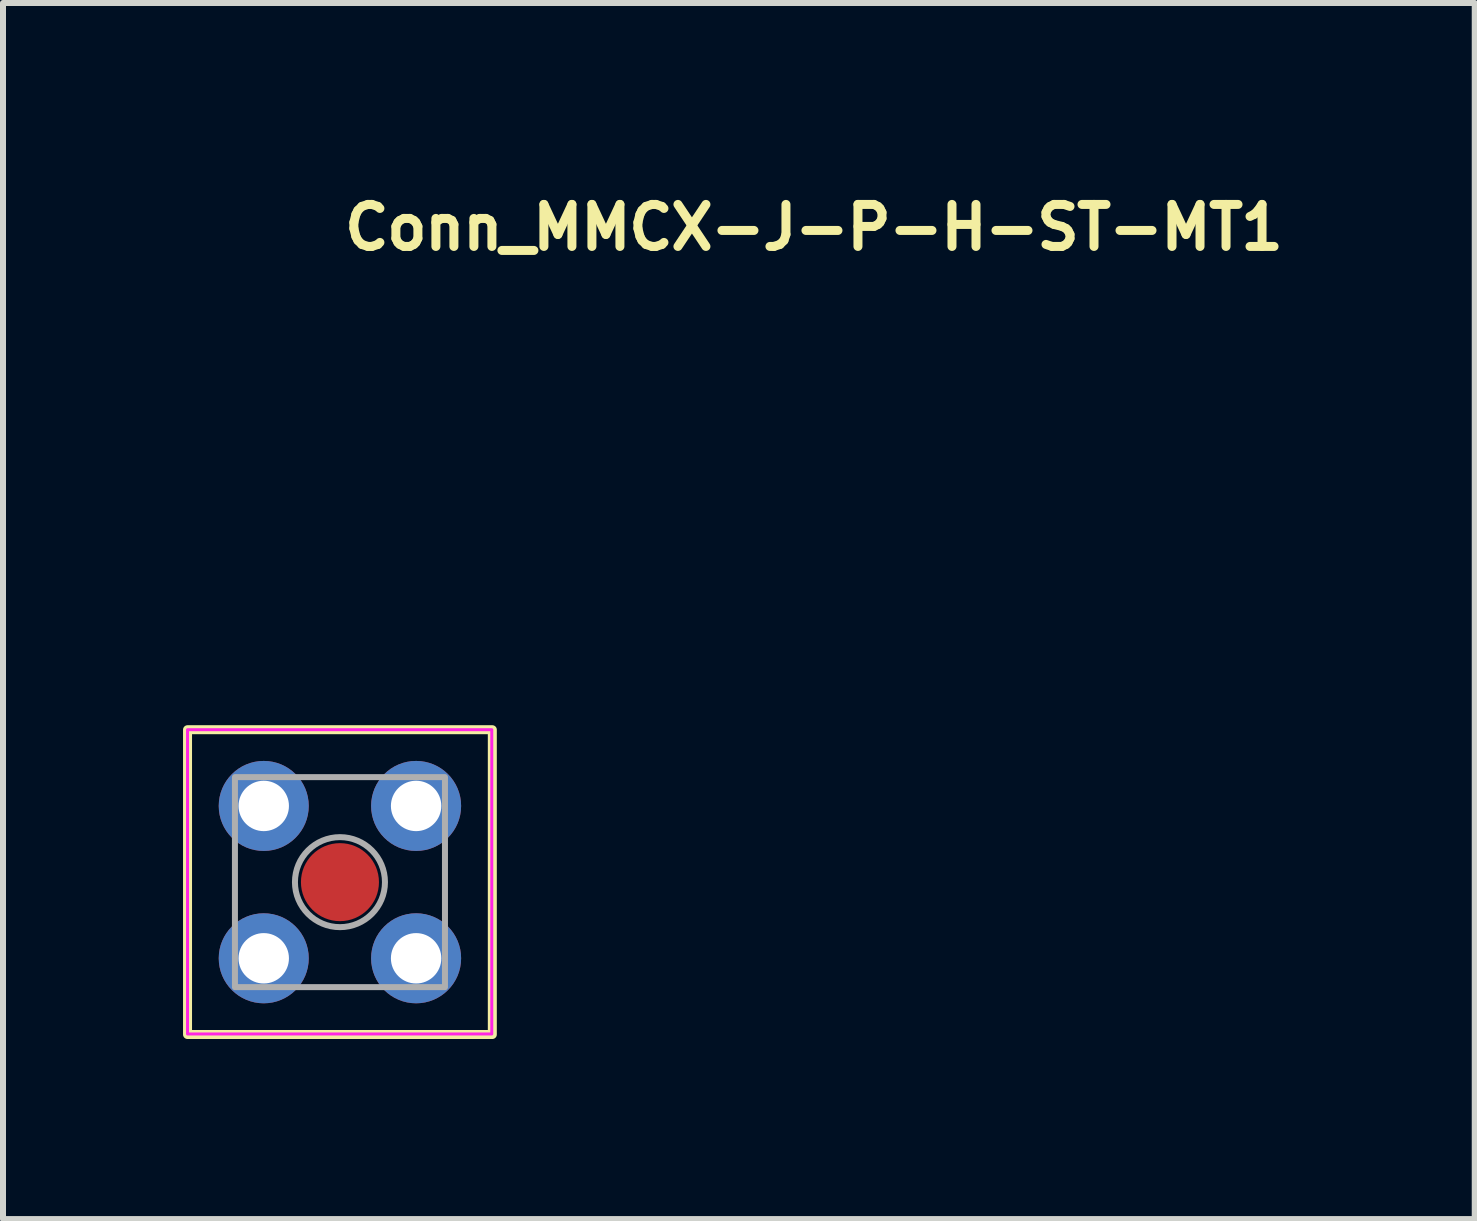
<source format=kicad_pcb>
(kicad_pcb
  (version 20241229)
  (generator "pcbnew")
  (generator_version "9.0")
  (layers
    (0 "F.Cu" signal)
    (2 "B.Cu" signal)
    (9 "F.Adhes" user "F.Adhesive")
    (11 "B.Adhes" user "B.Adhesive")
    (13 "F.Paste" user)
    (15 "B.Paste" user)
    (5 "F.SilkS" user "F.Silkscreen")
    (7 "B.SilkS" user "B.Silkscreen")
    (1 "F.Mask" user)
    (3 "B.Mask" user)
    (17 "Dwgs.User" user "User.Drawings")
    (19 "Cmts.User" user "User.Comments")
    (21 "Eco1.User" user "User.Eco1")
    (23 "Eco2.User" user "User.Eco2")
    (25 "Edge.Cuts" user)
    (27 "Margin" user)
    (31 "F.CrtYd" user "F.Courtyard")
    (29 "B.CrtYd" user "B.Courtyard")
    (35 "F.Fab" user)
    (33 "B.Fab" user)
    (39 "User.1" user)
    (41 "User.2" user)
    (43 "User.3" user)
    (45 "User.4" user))
  (footprint "Conn_MMCX-J-P-H-ST-MT1"
    (layer "F.Cu")
    (at 2.615 11.65)
    (property "Reference" "Conn_MMCX-J-P-H-ST-MT1" (at 0 -10.5 0) (unlocked yes) (layer "F.SilkS") (effects (font (size 0.7 0.7) (thickness 0.15)) (justify left bottom)))
    (attr smd)
    (fp_rect (start -2.54 -2.54) (end 2.539 2.539) (stroke (width 0.15) (type solid)) (fill no) (layer "F.SilkS"))
    (fp_rect (start -2.54 -2.54) (end 2.53 2.53) (stroke (width 0.05) (type solid)) (fill no) (layer "F.CrtYd"))
    (fp_rect (start 1.75 1.75) (end -1.75 -1.75) (stroke (width 0.1) (type solid)) (fill no) (layer "F.Fab"))
    (fp_circle (center 0 0) (end 0 -0.75) (stroke (width 0.1) (type solid)) (fill no) (layer "F.Fab"))
    (pad "1" smd circle (at 0 0) (size 1.3 1.3) (layers "F.Cu" "F.Mask" "F.Paste"))
    (pad "2" thru_hole circle (at -1.27 -1.27) (size 1.5 1.5) (drill 0.84) (layers "*.Cu" "*.Mask"))
    (pad "2" thru_hole circle (at -1.27 1.269) (size 1.5 1.5) (drill 0.84) (layers "*.Cu" "*.Mask"))
    (pad "2" thru_hole circle (at 1.269 -1.27) (size 1.5 1.5) (drill 0.84) (layers "*.Cu" "*.Mask"))
    (pad "2" thru_hole circle (at 1.269 1.269) (size 1.5 1.5) (drill 0.84) (layers "*.Cu" "*.Mask")))
  (gr_rect
    (start -3 -3)
    (end 21.525 17.264)
    (stroke (width 0.1) (type default))
    (fill no)
    (layer "Edge.Cuts")))
</source>
